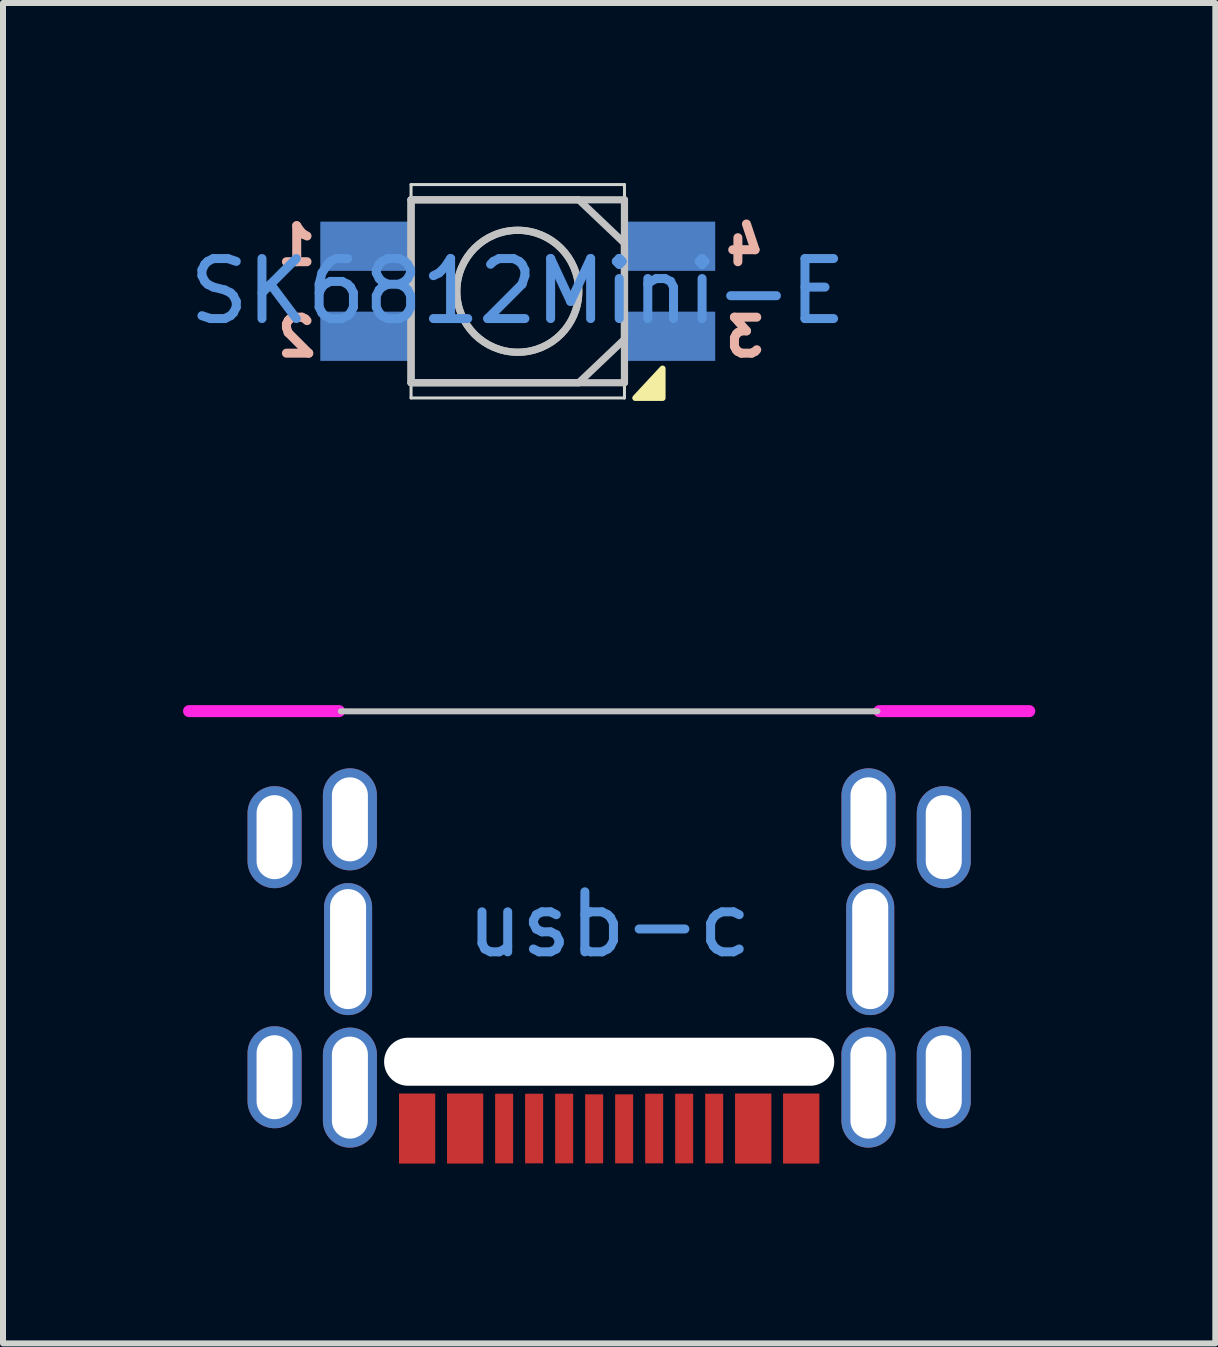
<source format=kicad_pcb>
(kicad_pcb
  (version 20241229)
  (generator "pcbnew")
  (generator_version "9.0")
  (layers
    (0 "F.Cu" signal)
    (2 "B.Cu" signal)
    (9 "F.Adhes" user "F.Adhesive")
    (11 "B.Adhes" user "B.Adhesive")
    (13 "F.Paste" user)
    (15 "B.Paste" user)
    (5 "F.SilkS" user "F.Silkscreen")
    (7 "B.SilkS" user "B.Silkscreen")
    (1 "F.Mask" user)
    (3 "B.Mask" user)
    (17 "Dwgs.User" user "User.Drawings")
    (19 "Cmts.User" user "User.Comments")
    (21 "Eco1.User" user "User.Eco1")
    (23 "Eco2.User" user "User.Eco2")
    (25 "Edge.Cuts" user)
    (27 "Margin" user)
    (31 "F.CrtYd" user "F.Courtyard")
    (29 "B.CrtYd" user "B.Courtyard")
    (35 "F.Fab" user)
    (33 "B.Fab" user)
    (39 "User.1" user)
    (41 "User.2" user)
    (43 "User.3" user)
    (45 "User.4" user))
  (footprint "SK6812Mini-E"
    (layer "F.Cu")
    (at 5.577 1.803)
    (property "Reference" "SK6812Mini-E" (at 0 0 0) (layer "Cmts.User") (effects (font (size 1 1) (thickness 0.15))))
    (attr through_hole)
    (fp_poly (pts (xy 2.413 1.288) (xy 2.413 1.778) (xy 1.958 1.778)) (stroke (width 0.1) (type solid)) (fill yes) (layer "F.SilkS"))
    (fp_line (start -1.778 -1.524) (end -1.778 1.524) (stroke (width 0.12) (type solid)) (layer "Dwgs.User"))
    (fp_line (start -1.778 1.524) (end -1.778 -1.524) (stroke (width 0.12) (type solid)) (layer "Dwgs.User"))
    (fp_line (start 1 -1.524) (end -1.778 -1.524) (stroke (width 0.12) (type solid)) (layer "Dwgs.User"))
    (fp_line (start 1 1.524) (end -1.778 1.524) (stroke (width 0.12) (type solid)) (layer "Dwgs.User"))
    (fp_line (start 1.016 -1.524) (end 1.778 -0.8) (stroke (width 0.12) (type solid)) (layer "Dwgs.User"))
    (fp_line (start 1.016 1.524) (end 1.778 0.8) (stroke (width 0.12) (type solid)) (layer "Dwgs.User"))
    (fp_line (start 1.778 -1.524) (end -1.778 -1.524) (stroke (width 0.12) (type solid)) (layer "Dwgs.User"))
    (fp_line (start 1.778 -1.524) (end 1.778 0.8) (stroke (width 0.12) (type solid)) (layer "Dwgs.User"))
    (fp_line (start 1.778 1.524) (end -1.778 1.524) (stroke (width 0.12) (type solid)) (layer "Dwgs.User"))
    (fp_line (start 1.778 1.524) (end 1.778 -0.8) (stroke (width 0.12) (type solid)) (layer "Dwgs.User"))
    (fp_circle (center 0 0) (end 1.016 0) (stroke (width 0.12) (type solid)) (fill no) (layer "Dwgs.User"))
    (fp_circle (center 0 0) (end 1.016 0) (stroke (width 0.12) (type solid)) (fill no) (layer "Dwgs.User"))
    (fp_line (start -1.778 -1.778) (end -1.778 1.778) (stroke (width 0.05) (type solid)) (layer "Edge.Cuts"))
    (fp_line (start -1.778 -1.778) (end 1.778 -1.778) (stroke (width 0.05) (type solid)) (layer "Edge.Cuts"))
    (fp_line (start -1.778 1.778) (end 1.778 1.778) (stroke (width 0.05) (type solid)) (layer "Edge.Cuts"))
    (fp_line (start 1.778 1.778) (end 1.778 -1.778) (stroke (width 0.05) (type solid)) (layer "Edge.Cuts"))
    (fp_text user "2" (at -3.683 0.762 180) (layer "B.SilkS") (effects (font (size 0.6 0.6) (thickness 0.15)) (justify mirror)))
    (fp_text user "4" (at 3.782 -0.762 180) (layer "B.SilkS") (effects (font (size 0.6 0.6) (thickness 0.15)) (justify mirror)))
    (fp_text user "1" (at -3.683 -0.762 180) (layer "B.SilkS") (effects (font (size 0.6 0.6) (thickness 0.15)) (justify mirror)))
    (fp_text user "3" (at 3.782 0.762 180) (layer "B.SilkS") (effects (font (size 0.6 0.6) (thickness 0.15)) (justify mirror)))
    (fp_text user " " (at 0 3.048 180) (layer "F.Fab") (effects (font (size 1 1) (thickness 0.15))))
    (pad "1" smd trapezoid (at -2.54 0.75) (size 1.5 0.82) (layers "B.Cu" "B.Mask" "B.Paste"))
    (pad "2" smd rect (at 2.54 0.75) (size 1.5 0.82) (layers "B.Cu" "B.Mask" "B.Paste"))
    (pad "3" smd rect (at 2.54 -0.75) (size 1.5 0.82) (layers "B.Cu" "B.Mask" "B.Paste"))
    (pad "4" smd rect (at -2.54 -0.75) (size 1.5 0.82) (layers "B.Cu" "B.Mask" "B.Paste")))
  (footprint "usb-c"
    (layer "F.Cu")
    (at 7.1 14.895)
    (property "Reference" "usb-c" (at 0 -2.54 0) (layer "Cmts.User") (effects (font (size 1 1) (thickness 0.15))))
    (attr through_hole)
    (fp_line (start 4.47 -6.093) (end -4.47 -6.093) (stroke (width 0.1) (type solid)) (layer "Dwgs.User"))
    (fp_line (start -7 -6.096) (end -4.5 -6.096) (stroke (width 0.2) (type solid)) (layer "F.CrtYd"))
    (fp_line (start 7 -6.096) (end 4.5 -6.096) (stroke (width 0.2) (type solid)) (layer "F.CrtYd"))
    (fp_text user " " (at 0 -3.81 0) (layer "F.Fab") (effects (font (size 1 1) (thickness 0.15))))
    (pad "" np_thru_hole oval (at 0 -0.254 90) (size 0.8 7.5) (drill oval 0.8 7.5) (layers "*.Cu"))
    (pad "A1" smd rect (at 3.2 0.859 180) (size 0.6 1.16) (layers "F.Cu" "F.Mask" "F.Paste"))
    (pad "A4" smd rect (at 2.4 0.859 180) (size 0.6 1.16) (layers "F.Cu" "F.Mask" "F.Paste"))
    (pad "A5" smd rect (at 1.25 0.859) (size 0.3 1.16) (layers "F.Cu" "F.Mask" "F.Paste"))
    (pad "A6" smd rect (at 0.25 0.864) (size 0.3 1.15) (layers "F.Cu" "F.Mask" "F.Paste"))
    (pad "A7" smd rect (at -0.25 0.864) (size 0.3 1.15) (layers "F.Cu" "F.Mask" "F.Paste"))
    (pad "A8" smd rect (at -1.25 0.859) (size 0.3 1.16) (layers "F.Cu" "F.Mask" "F.Paste"))
    (pad "A9" smd rect (at -2.4 0.859 180) (size 0.6 1.16) (layers "F.Cu" "F.Mask" "F.Paste"))
    (pad "A12" smd rect (at -3.2 0.859 180) (size 0.6 1.16) (layers "F.Cu" "F.Mask" "F.Paste"))
    (pad "B1" smd rect (at -3.2 0.859 180) (size 0.6 1.16) (layers "F.Cu" "F.Mask" "F.Paste"))
    (pad "B4" smd rect (at -2.4 0.859 180) (size 0.6 1.16) (layers "F.Cu" "F.Mask" "F.Paste"))
    (pad "B5" smd rect (at -1.75 0.859) (size 0.3 1.16) (layers "F.Cu" "F.Mask" "F.Paste"))
    (pad "B6" smd rect (at -0.75 0.859) (size 0.3 1.16) (layers "F.Cu" "F.Mask" "F.Paste"))
    (pad "B7" smd rect (at 0.75 0.859) (size 0.3 1.16) (layers "F.Cu" "F.Mask" "F.Paste"))
    (pad "B8" smd rect (at 1.75 0.859) (size 0.3 1.16) (layers "F.Cu" "F.Mask" "F.Paste"))
    (pad "B9" smd rect (at 2.4 0.859 180) (size 0.6 1.16) (layers "F.Cu" "F.Mask" "F.Paste"))
    (pad "B12" smd rect (at 3.2 0.859 180) (size 0.6 1.16) (layers "F.Cu" "F.Mask" "F.Paste"))
    (pad "S1" thru_hole oval (at -5.575 -3.996 270) (size 1.7 0.9) (drill oval 1.4 0.6) (layers "*.Cu" "*.Mask"))
    (pad "S1" thru_hole oval (at -5.575 0.004) (size 0.9 1.7) (drill oval 0.6 1.4) (layers "*.Cu" "*.Mask"))
    (pad "S1" thru_hole oval (at -4.35 -2.131) (size 0.8 2.2) (drill oval 0.6 2) (layers "*.Cu" "*.Mask"))
    (pad "S1" thru_hole oval (at -4.32 -4.293 270) (size 1.7 0.9) (drill oval 1.4 0.6) (layers "*.Cu" "*.Mask"))
    (pad "S1" thru_hole oval (at -4.32 0.177 270) (size 2 0.9) (drill oval 1.7 0.6) (layers "*.Cu" "*.Mask"))
    (pad "S1" thru_hole oval (at 4.32 0.177 270) (size 2 0.9) (drill oval 1.7 0.6) (layers "*.Cu" "*.Mask"))
    (pad "S1" thru_hole oval (at 4.321 -4.293 270) (size 1.7 0.9) (drill oval 1.4 0.6) (layers "*.Cu" "*.Mask"))
    (pad "S1" thru_hole oval (at 4.35 -2.131) (size 0.8 2.2) (drill oval 0.6 2) (layers "*.Cu" "*.Mask"))
    (pad "S1" thru_hole oval (at 5.575 -3.996 270) (size 1.7 0.9) (drill oval 1.4 0.6) (layers "*.Cu" "*.Mask"))
    (pad "S1" thru_hole oval (at 5.575 0.004) (size 0.9 1.7) (drill oval 0.6 1.4) (layers "*.Cu" "*.Mask")))
  (gr_rect
    (start -3 -3)
    (end 17.2 19.334)
    (stroke (width 0.1) (type default))
    (fill no)
    (layer "Edge.Cuts")))
</source>
